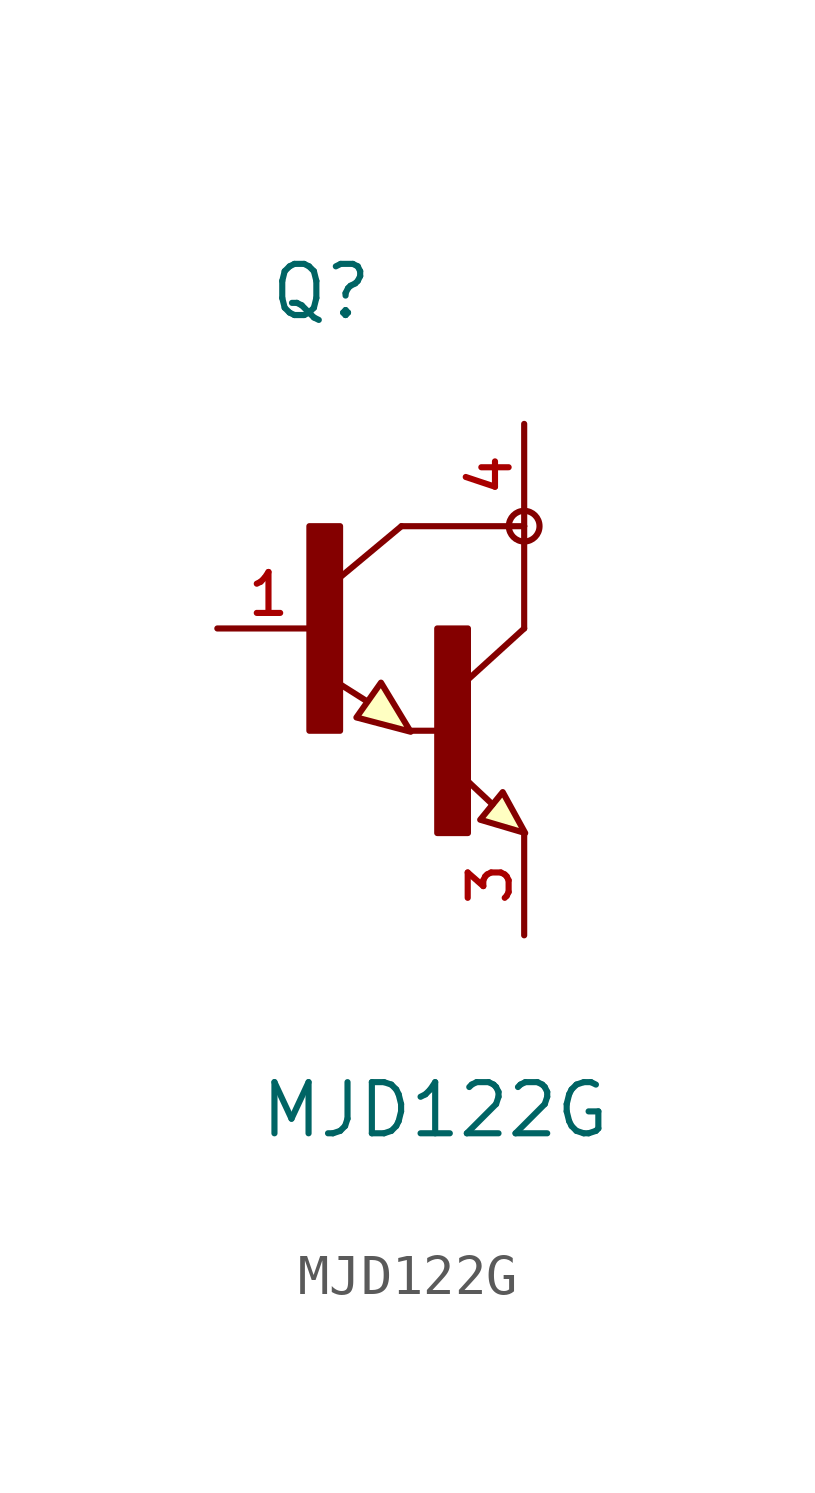
<source format=kicad_sym>
(kicad_symbol_lib
  (version 20211014)
  (generator kicad_symbol_editor)
  (symbol "MJD122G"
    (pin_names
      (offset 1.016) hide)
    (property "Reference" "Q"
      (at -3.81 7.62 0)
      (effects (font (size 1.27 1.27)) (justify left bottom)))
    (property "Value" "MJD122G"
      (at -4.064 -12.7 0)
      (effects (font (size 1.27 1.27)) (justify left bottom)))
    (symbol "MJD122G_0_0"
      (rectangle (start -2.794 -2.54) (end -2.032 2.54) (stroke (width 0) (type default) (color 0 0 0 0)) (fill (type outline)))
      (polyline (pts (xy -1.372 -1.803) (xy -2.337 -1.194)) (stroke (width 0.152) (type default) (color 0 0 0 0)) (fill (type none)))
      (polyline (pts (xy -0.508 2.54) (xy -2.032 1.27)) (stroke (width 0.152) (type default) (color 0 0 0 0)) (fill (type none)))
      (polyline (pts (xy 0.381 -2.54) (xy -0.254 -2.54)) (stroke (width 0.152) (type default) (color 0 0 0 0)) (fill (type none)))
      (polyline (pts (xy 1.753 -4.369) (xy 0.94 -3.607)) (stroke (width 0.152) (type default) (color 0 0 0 0)) (fill (type none)))
      (polyline (pts (xy 2.54 0) (xy 1.143 -1.27)) (stroke (width 0.152) (type default) (color 0 0 0 0)) (fill (type none)))
      (polyline (pts (xy 2.54 2.54) (xy -0.508 2.54)) (stroke (width 0.152) (type default) (color 0 0 0 0)) (fill (type none)))
      (polyline (pts (xy 2.54 2.54) (xy 2.54 0)) (stroke (width 0.152) (type default) (color 0 0 0 0)) (fill (type none)))
      (polyline (pts (xy -1.016 -1.346) (xy -1.626 -2.21) (xy -0.279 -2.565) (xy -1.016 -1.346)) (stroke (width 0) (type default) (color 0 0 0 0)) (fill (type background)))
      (polyline (pts (xy 1.448 -4.75) (xy 2.007 -4.064) (xy 2.565 -5.08) (xy 1.448 -4.75)) (stroke (width 0) (type default) (color 0 0 0 0)) (fill (type background)))
      (rectangle (start 0.381 -5.08) (end 1.143 0) (stroke (width 0) (type default) (color 0 0 0 0)) (fill (type outline)))
      (circle (center 2.54 2.54) (radius 0.381) (stroke (width 0) (type default) (color 0 0 0 0)) (fill (type none)))
      (pin passive line (at -5.08 0 0) (length 2.54) (name "~" (effects (font (size 1.016 1.016)))) (number "1" (effects (font (size 1.016 1.016)))))
      (pin passive line (at 2.54 -7.62 90) (length 2.54) (name "~" (effects (font (size 1.016 1.016)))) (number "3" (effects (font (size 1.016 1.016)))))
      (pin passive line (at 2.54 5.08 270) (length 2.54) (name "~" (effects (font (size 1.016 1.016)))) (number "4" (effects (font (size 1.016 1.016))))))))
</source>
